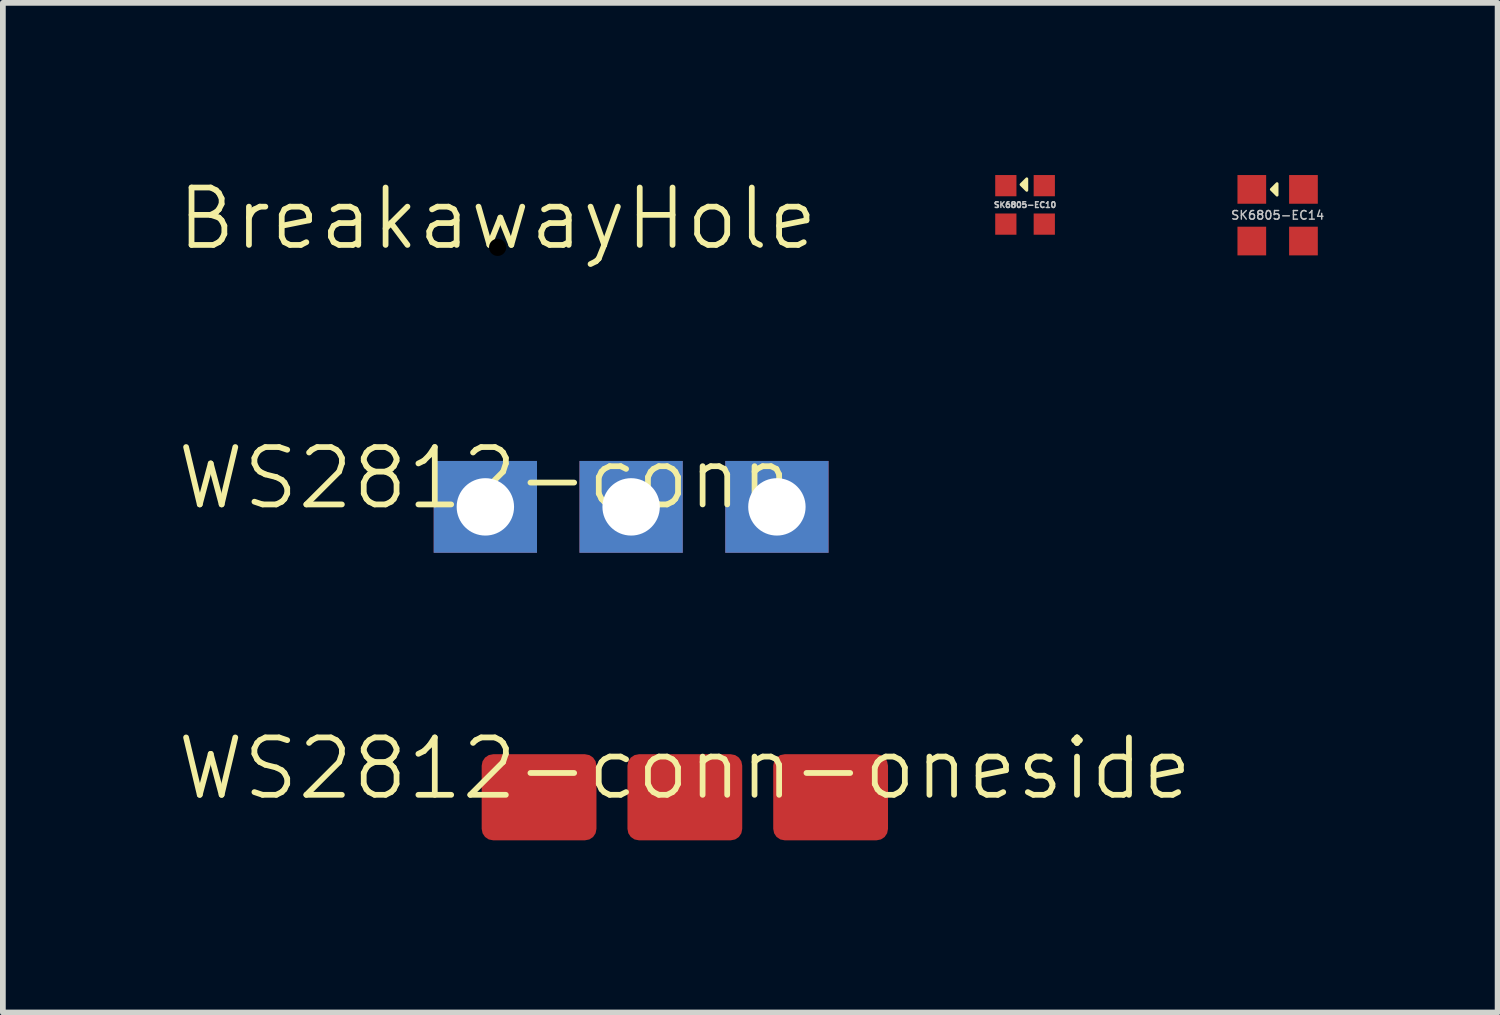
<source format=kicad_pcb>
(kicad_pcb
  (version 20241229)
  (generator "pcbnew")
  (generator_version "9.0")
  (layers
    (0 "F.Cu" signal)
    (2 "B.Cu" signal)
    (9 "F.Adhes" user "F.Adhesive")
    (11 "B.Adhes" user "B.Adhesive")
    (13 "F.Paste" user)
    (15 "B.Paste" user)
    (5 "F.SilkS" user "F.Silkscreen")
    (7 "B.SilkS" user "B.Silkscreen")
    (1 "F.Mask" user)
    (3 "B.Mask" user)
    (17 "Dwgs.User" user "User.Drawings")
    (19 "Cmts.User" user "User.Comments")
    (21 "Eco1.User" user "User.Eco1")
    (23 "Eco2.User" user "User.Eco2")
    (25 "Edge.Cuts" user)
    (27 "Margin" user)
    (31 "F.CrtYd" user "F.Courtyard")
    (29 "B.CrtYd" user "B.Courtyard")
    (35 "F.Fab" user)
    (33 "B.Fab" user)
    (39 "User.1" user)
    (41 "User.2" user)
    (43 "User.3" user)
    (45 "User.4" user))
  (footprint "SK6805-EC14"
    (layer "F.Cu")
    (at 19.212 0.7)
    (property "Reference" "SK6805-EC14" (at 0 0 0) (unlocked yes) (layer "Dwgs.User") (effects (font (size 0.15 0.15) (thickness 0.025))))
    (attr smd)
    (fp_poly (pts (xy -0.01 -0.55) (xy -0.11 -0.45) (xy -0.01 -0.35)) (stroke (width 0.05) (type solid)) (fill yes) (layer "F.SilkS"))
    (pad "1" smd rect (at -0.45 -0.45) (size 0.5 0.5) (layers "F.Cu" "F.Mask" "F.Paste"))
    (pad "2" smd rect (at -0.45 0.45) (size 0.5 0.5) (layers "F.Cu" "F.Mask" "F.Paste"))
    (pad "3" smd rect (at 0.45 0.45) (size 0.5 0.5) (layers "F.Cu" "F.Mask" "F.Paste"))
    (pad "4" smd rect (at 0.45 -0.45) (size 0.5 0.5) (layers "F.Cu" "F.Mask" "F.Paste")))
  (footprint "WS2812-conn"
    (layer "F.Cu")
    (at 5.407 5.782)
    (property "Reference" "WS2812-conn" (at 0 -0.5 0) (unlocked yes) (layer "F.SilkS") (effects (font (size 1 1) (thickness 0.1))))
    (attr through_hole)
    (pad "1" thru_hole rect (at 0 0) (size 1.8 1.6) (drill 1) (layers "*.Cu" "*.Paste" "*.Mask"))
    (pad "2" thru_hole rect (at 2.54 0) (size 1.8 1.6) (drill 1) (layers "*.Cu" "*.Paste" "*.Mask"))
    (pad "3" thru_hole rect (at 5.08 0) (size 1.8 1.6) (drill 1) (layers "*.Cu" "*.Paste" "*.Mask")))
  (footprint "WS2812-conn-oneside"
    (layer "F.Cu")
    (at 8.883 10.842)
    (property "Reference" "WS2812-conn-oneside" (at 0 -0.5 0) (unlocked yes) (layer "F.SilkS") (effects (font (size 1 1) (thickness 0.1))))
    (attr smd exclude_from_pos_files exclude_from_bom dnp)
    (pad "1" smd roundrect (at -2.54 0) (size 2 1.5) (layers "F.Cu" "F.Mask" "F.Paste") (roundrect_rratio 0.133))
    (pad "2" smd roundrect (at 0 0) (size 2 1.5) (layers "F.Cu" "F.Mask" "F.Paste") (roundrect_rratio 0.133))
    (pad "3" smd roundrect (at 2.54 0) (size 2 1.5) (layers "F.Cu" "F.Mask" "F.Paste") (roundrect_rratio 0.133)))
  (footprint "BreakawayHole"
    (layer "F.Cu")
    (at 5.621 1.26)
    (property "Reference" "BreakawayHole" (at 0 -0.5 0) (unlocked yes) (layer "F.SilkS") (effects (font (size 1 1) (thickness 0.1))))
    (attr through_hole board_only exclude_from_pos_files exclude_from_bom)
    (pad "" np_thru_hole circle (at 0 0) (size 0.3 0.3) (drill 0.3) (layers "*.Mask")))
  (footprint "SK6805-EC10"
    (layer "F.Cu")
    (at 14.811 0.52)
    (property "Reference" "SK6805-EC10" (at 0 0 0) (unlocked yes) (layer "Dwgs.User") (effects (font (size 0.1 0.1) (thickness 0.025))))
    (attr smd)
    (fp_poly (pts (xy 0.03 -0.454) (xy -0.07 -0.354) (xy 0.03 -0.254)) (stroke (width 0.05) (type solid)) (fill yes) (layer "F.SilkS"))
    (pad "1" smd rect (at -0.335 -0.335) (size 0.37 0.37) (layers "F.Cu" "F.Mask" "F.Paste"))
    (pad "2" smd rect (at -0.335 0.335) (size 0.37 0.37) (layers "F.Cu" "F.Mask" "F.Paste"))
    (pad "3" smd rect (at 0.335 0.335) (size 0.37 0.37) (layers "F.Cu" "F.Mask" "F.Paste"))
    (pad "4" smd rect (at 0.335 -0.335) (size 0.37 0.37) (layers "F.Cu" "F.Mask" "F.Paste")))
  (gr_rect
    (start -3 -3)
    (end 23.045 14.592)
    (stroke (width 0.1) (type default))
    (fill no)
    (layer "Edge.Cuts")))
</source>
